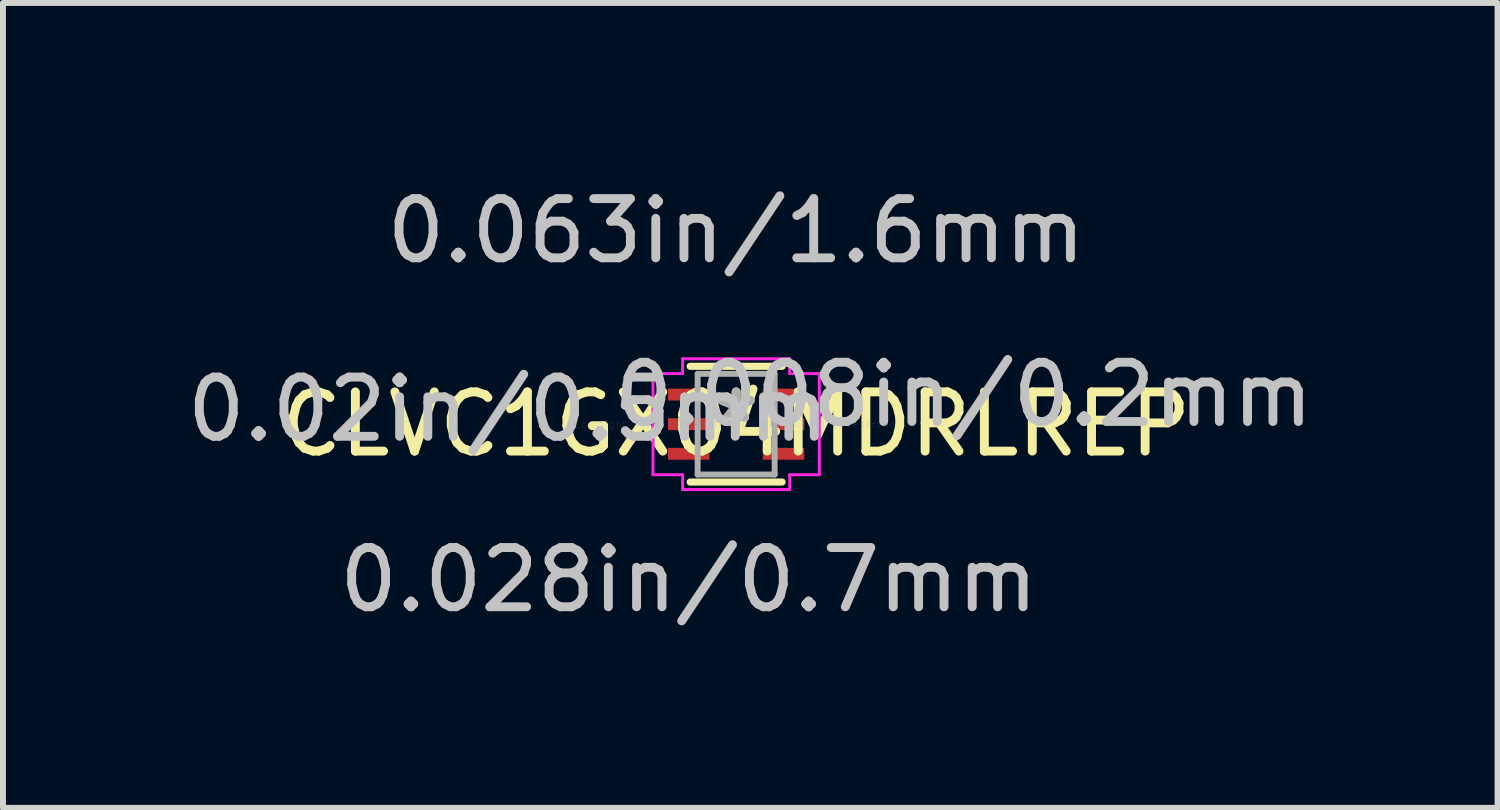
<source format=kicad_pcb>
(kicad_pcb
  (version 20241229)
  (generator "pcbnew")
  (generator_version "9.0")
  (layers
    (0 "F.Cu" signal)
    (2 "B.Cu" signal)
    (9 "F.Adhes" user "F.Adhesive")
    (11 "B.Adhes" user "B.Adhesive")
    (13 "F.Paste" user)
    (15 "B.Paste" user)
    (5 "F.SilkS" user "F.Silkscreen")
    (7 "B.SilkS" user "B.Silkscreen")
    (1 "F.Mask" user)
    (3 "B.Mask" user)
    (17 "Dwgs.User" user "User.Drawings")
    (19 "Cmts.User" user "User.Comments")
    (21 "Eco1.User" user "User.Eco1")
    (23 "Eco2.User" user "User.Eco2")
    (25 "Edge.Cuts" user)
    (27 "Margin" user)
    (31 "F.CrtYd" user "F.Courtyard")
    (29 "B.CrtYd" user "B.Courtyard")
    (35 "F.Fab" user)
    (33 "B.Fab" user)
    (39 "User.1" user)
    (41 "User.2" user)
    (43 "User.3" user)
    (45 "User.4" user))
  (footprint "CLVC1GX04MDRLREP"
    (layer "F.Cu")
    (at 9.378 4.111)
    (property "Reference" "CLVC1GX04MDRLREP" (at 0 0 0) (layer "F.SilkS") (effects (font (size 1 1) (thickness 0.15))))
    (attr through_hole)
    (fp_line (start -0.777 0.977) (end 0.777 0.977) (stroke (width 0.12) (type solid)) (layer "F.SilkS"))
    (fp_line (start 0.777 -0.977) (end -0.777 -0.977) (stroke (width 0.12) (type solid)) (layer "F.SilkS"))
    (fp_line (start -1.404 -0.854) (end -0.904 -0.854) (stroke (width 0.05) (type solid)) (layer "F.CrtYd"))
    (fp_line (start -1.404 0.854) (end -1.404 -0.854) (stroke (width 0.05) (type solid)) (layer "F.CrtYd"))
    (fp_line (start -0.904 -1.104) (end 0.904 -1.104) (stroke (width 0.05) (type solid)) (layer "F.CrtYd"))
    (fp_line (start -0.904 -0.854) (end -0.904 -1.104) (stroke (width 0.05) (type solid)) (layer "F.CrtYd"))
    (fp_line (start -0.904 0.854) (end -1.404 0.854) (stroke (width 0.05) (type solid)) (layer "F.CrtYd"))
    (fp_line (start -0.904 1.104) (end -0.904 0.854) (stroke (width 0.05) (type solid)) (layer "F.CrtYd"))
    (fp_line (start 0.904 -1.104) (end 0.904 -0.854) (stroke (width 0.05) (type solid)) (layer "F.CrtYd"))
    (fp_line (start 0.904 -0.854) (end 1.404 -0.854) (stroke (width 0.05) (type solid)) (layer "F.CrtYd"))
    (fp_line (start 0.904 0.854) (end 0.904 1.104) (stroke (width 0.05) (type solid)) (layer "F.CrtYd"))
    (fp_line (start 0.904 1.104) (end -0.904 1.104) (stroke (width 0.05) (type solid)) (layer "F.CrtYd"))
    (fp_line (start 1.404 -0.854) (end 1.404 0.854) (stroke (width 0.05) (type solid)) (layer "F.CrtYd"))
    (fp_line (start 1.404 0.854) (end 0.904 0.854) (stroke (width 0.05) (type solid)) (layer "F.CrtYd"))
    (fp_line (start -0.65 -0.85) (end -0.65 0.85) (stroke (width 0.1) (type solid)) (layer "F.Fab"))
    (fp_line (start -0.65 0.85) (end 0.65 0.85) (stroke (width 0.1) (type solid)) (layer "F.Fab"))
    (fp_line (start 0.65 -0.85) (end -0.65 -0.85) (stroke (width 0.1) (type solid)) (layer "F.Fab"))
    (fp_line (start 0.65 0.85) (end 0.65 -0.85) (stroke (width 0.1) (type solid)) (layer "F.Fab"))
    (fp_text user "*" (at 0 0 0) (layer "F.SilkS") (effects (font (size 1 1) (thickness 0.15))))
    (fp_text user "0.008in/0.2mm" (at 3.848 -0.5 0) (layer "Dwgs.User") (effects (font (size 1 1) (thickness 0.15))))
    (fp_text user "0.028in/0.7mm" (at -0.8 2.628 0) (layer "Dwgs.User") (effects (font (size 1 1) (thickness 0.15))))
    (fp_text user "0.063in/1.6mm" (at 0 -3.263 0) (layer "Dwgs.User") (effects (font (size 1 1) (thickness 0.15))))
    (fp_text user "0.02in/0.5mm" (at -3.848 -0.25 0) (layer "Dwgs.User") (effects (font (size 1 1) (thickness 0.15))))
    (fp_text user "Copyright 2021 Accelerated Designs. All rights reserved." (at 0 0 0) (layer "Cmts.User") (effects (font (size 0.127 0.127) (thickness 0.002))))
    (fp_text user "*" (at 0 0 0) (layer "F.Fab") (effects (font (size 1 1) (thickness 0.15))))
    (pad "1" smd rect (at -0.8 -0.5) (size 0.7 0.2) (layers "F.Cu" "F.Mask" "F.Paste"))
    (pad "2" smd rect (at -0.8 0) (size 0.7 0.2) (layers "F.Cu" "F.Mask" "F.Paste"))
    (pad "3" smd rect (at -0.8 0.5) (size 0.7 0.2) (layers "F.Cu" "F.Mask" "F.Paste"))
    (pad "4" smd rect (at 0.8 0.5) (size 0.7 0.2) (layers "F.Cu" "F.Mask" "F.Paste"))
    (pad "5" smd rect (at 0.8 0) (size 0.7 0.2) (layers "F.Cu" "F.Mask" "F.Paste"))
    (pad "6" smd rect (at 0.8 -0.5) (size 0.7 0.2) (layers "F.Cu" "F.Mask" "F.Paste")))
  (gr_rect
    (start -3 -3)
    (end 22.232 10.588)
    (stroke (width 0.1) (type default))
    (fill no)
    (layer "Edge.Cuts")))
</source>
